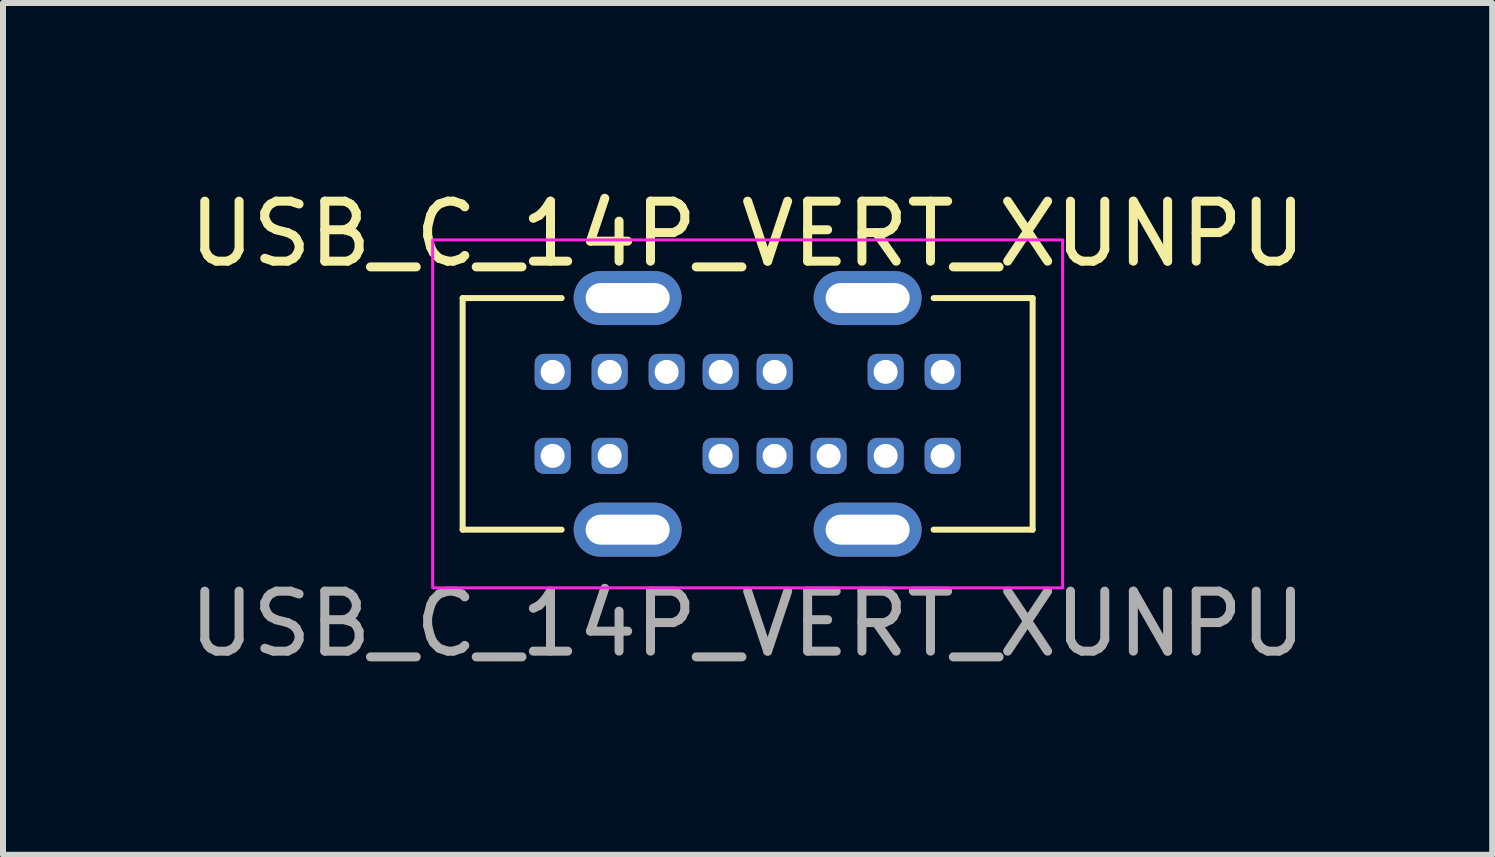
<source format=kicad_pcb>
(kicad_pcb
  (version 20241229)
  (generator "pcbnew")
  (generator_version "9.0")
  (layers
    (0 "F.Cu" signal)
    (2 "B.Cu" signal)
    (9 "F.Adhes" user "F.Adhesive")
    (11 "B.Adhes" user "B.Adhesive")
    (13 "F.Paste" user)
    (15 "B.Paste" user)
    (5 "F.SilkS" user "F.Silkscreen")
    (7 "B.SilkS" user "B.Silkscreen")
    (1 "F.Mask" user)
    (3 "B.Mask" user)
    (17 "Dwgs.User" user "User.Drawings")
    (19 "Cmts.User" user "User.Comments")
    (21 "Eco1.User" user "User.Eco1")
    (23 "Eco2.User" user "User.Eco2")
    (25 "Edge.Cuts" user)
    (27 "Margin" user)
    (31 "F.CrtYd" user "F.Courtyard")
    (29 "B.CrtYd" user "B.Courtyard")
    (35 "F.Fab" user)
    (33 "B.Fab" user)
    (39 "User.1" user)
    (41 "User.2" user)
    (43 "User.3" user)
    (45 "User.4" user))
  (footprint "USB_C_14P_VERT_XUNPU"
    (layer "F.Cu")
    (at 9.411 3.848)
    (property "Reference" "USB_C_14P_VERT_XUNPU" (at 0 -3 0) (unlocked yes) (layer "F.SilkS") (effects (font (size 1 1) (thickness 0.15))))
    (attr through_hole)
    (fp_line (start -4.75 -1.93) (end -4.75 1.93) (stroke (width 0.1) (type default)) (layer "F.SilkS"))
    (fp_line (start -4.75 -1.93) (end -3.1 -1.93) (stroke (width 0.1) (type default)) (layer "F.SilkS"))
    (fp_line (start -4.75 1.93) (end -3.1 1.93) (stroke (width 0.1) (type default)) (layer "F.SilkS"))
    (fp_line (start 4.75 -1.93) (end 3.1 -1.93) (stroke (width 0.1) (type default)) (layer "F.SilkS"))
    (fp_line (start 4.75 -1.93) (end 4.75 1.93) (stroke (width 0.1) (type default)) (layer "F.SilkS"))
    (fp_line (start 4.75 1.93) (end 3.1 1.93) (stroke (width 0.1) (type default)) (layer "F.SilkS"))
    (fp_rect (start -5.25 -2.9) (end 5.25 2.9) (stroke (width 0.05) (type default)) (fill no) (layer "F.CrtYd"))
    (fp_text user "${REFERENCE}" (at 0 3.5 0) (unlocked yes) (layer "F.Fab") (effects (font (size 1 1) (thickness 0.15))))
    (pad "A1" thru_hole roundrect (at -3.25 -0.7) (size 0.6 0.6) (drill oval 0.4) (layers "*.Cu" "*.Mask") (roundrect_rratio 0.25))
    (pad "A4" thru_hole roundrect (at -2.3 -0.7) (size 0.6 0.6) (drill oval 0.4) (layers "*.Cu" "*.Mask") (roundrect_rratio 0.25))
    (pad "A5" thru_hole roundrect (at -1.35 -0.7) (size 0.6 0.6) (drill oval 0.4) (layers "*.Cu" "*.Mask") (roundrect_rratio 0.25))
    (pad "A6" thru_hole roundrect (at -0.45 -0.7) (size 0.6 0.6) (drill oval 0.4) (layers "*.Cu" "*.Mask") (roundrect_rratio 0.25))
    (pad "A7" thru_hole roundrect (at 0.45 -0.7) (size 0.6 0.6) (drill oval 0.4) (layers "*.Cu" "*.Mask") (roundrect_rratio 0.25))
    (pad "A9" thru_hole roundrect (at 2.3 -0.7) (size 0.6 0.6) (drill oval 0.4) (layers "*.Cu" "*.Mask") (roundrect_rratio 0.25))
    (pad "A12" thru_hole roundrect (at 3.25 -0.7) (size 0.6 0.6) (drill oval 0.4) (layers "*.Cu" "*.Mask") (roundrect_rratio 0.25))
    (pad "B1" thru_hole roundrect (at 3.25 0.7) (size 0.6 0.6) (drill oval 0.4) (layers "*.Cu" "*.Mask") (roundrect_rratio 0.25))
    (pad "B4" thru_hole roundrect (at 2.3 0.7) (size 0.6 0.6) (drill oval 0.4) (layers "*.Cu" "*.Mask") (roundrect_rratio 0.25))
    (pad "B5" thru_hole roundrect (at 1.35 0.7) (size 0.6 0.6) (drill oval 0.4) (layers "*.Cu" "*.Mask") (roundrect_rratio 0.25))
    (pad "B6" thru_hole roundrect (at 0.45 0.7) (size 0.6 0.6) (drill oval 0.4) (layers "*.Cu" "*.Mask") (roundrect_rratio 0.25))
    (pad "B7" thru_hole roundrect (at -0.45 0.7) (size 0.6 0.6) (drill oval 0.4) (layers "*.Cu" "*.Mask") (roundrect_rratio 0.25))
    (pad "B9" thru_hole roundrect (at -2.3 0.7) (size 0.6 0.6) (drill oval 0.4) (layers "*.Cu" "*.Mask") (roundrect_rratio 0.25))
    (pad "B12" thru_hole roundrect (at -3.25 0.7) (size 0.6 0.6) (drill oval 0.4) (layers "*.Cu" "*.Mask") (roundrect_rratio 0.25))
    (pad "S1" thru_hole oval (at -2 -1.93) (size 1.8 0.9) (drill oval 1.4 0.5) (layers "*.Cu" "*.Mask"))
    (pad "S1" thru_hole oval (at -2 1.93) (size 1.8 0.9) (drill oval 1.4 0.5) (layers "*.Cu" "*.Mask"))
    (pad "S1" thru_hole oval (at 2 -1.93) (size 1.8 0.9) (drill oval 1.4 0.5) (layers "*.Cu" "*.Mask"))
    (pad "S1" thru_hole oval (at 2 1.93) (size 1.8 0.9) (drill oval 1.4 0.5) (layers "*.Cu" "*.Mask")))
  (gr_rect
    (start -3 -3)
    (end 21.821 11.197)
    (stroke (width 0.1) (type default))
    (fill no)
    (layer "Edge.Cuts")))
</source>
